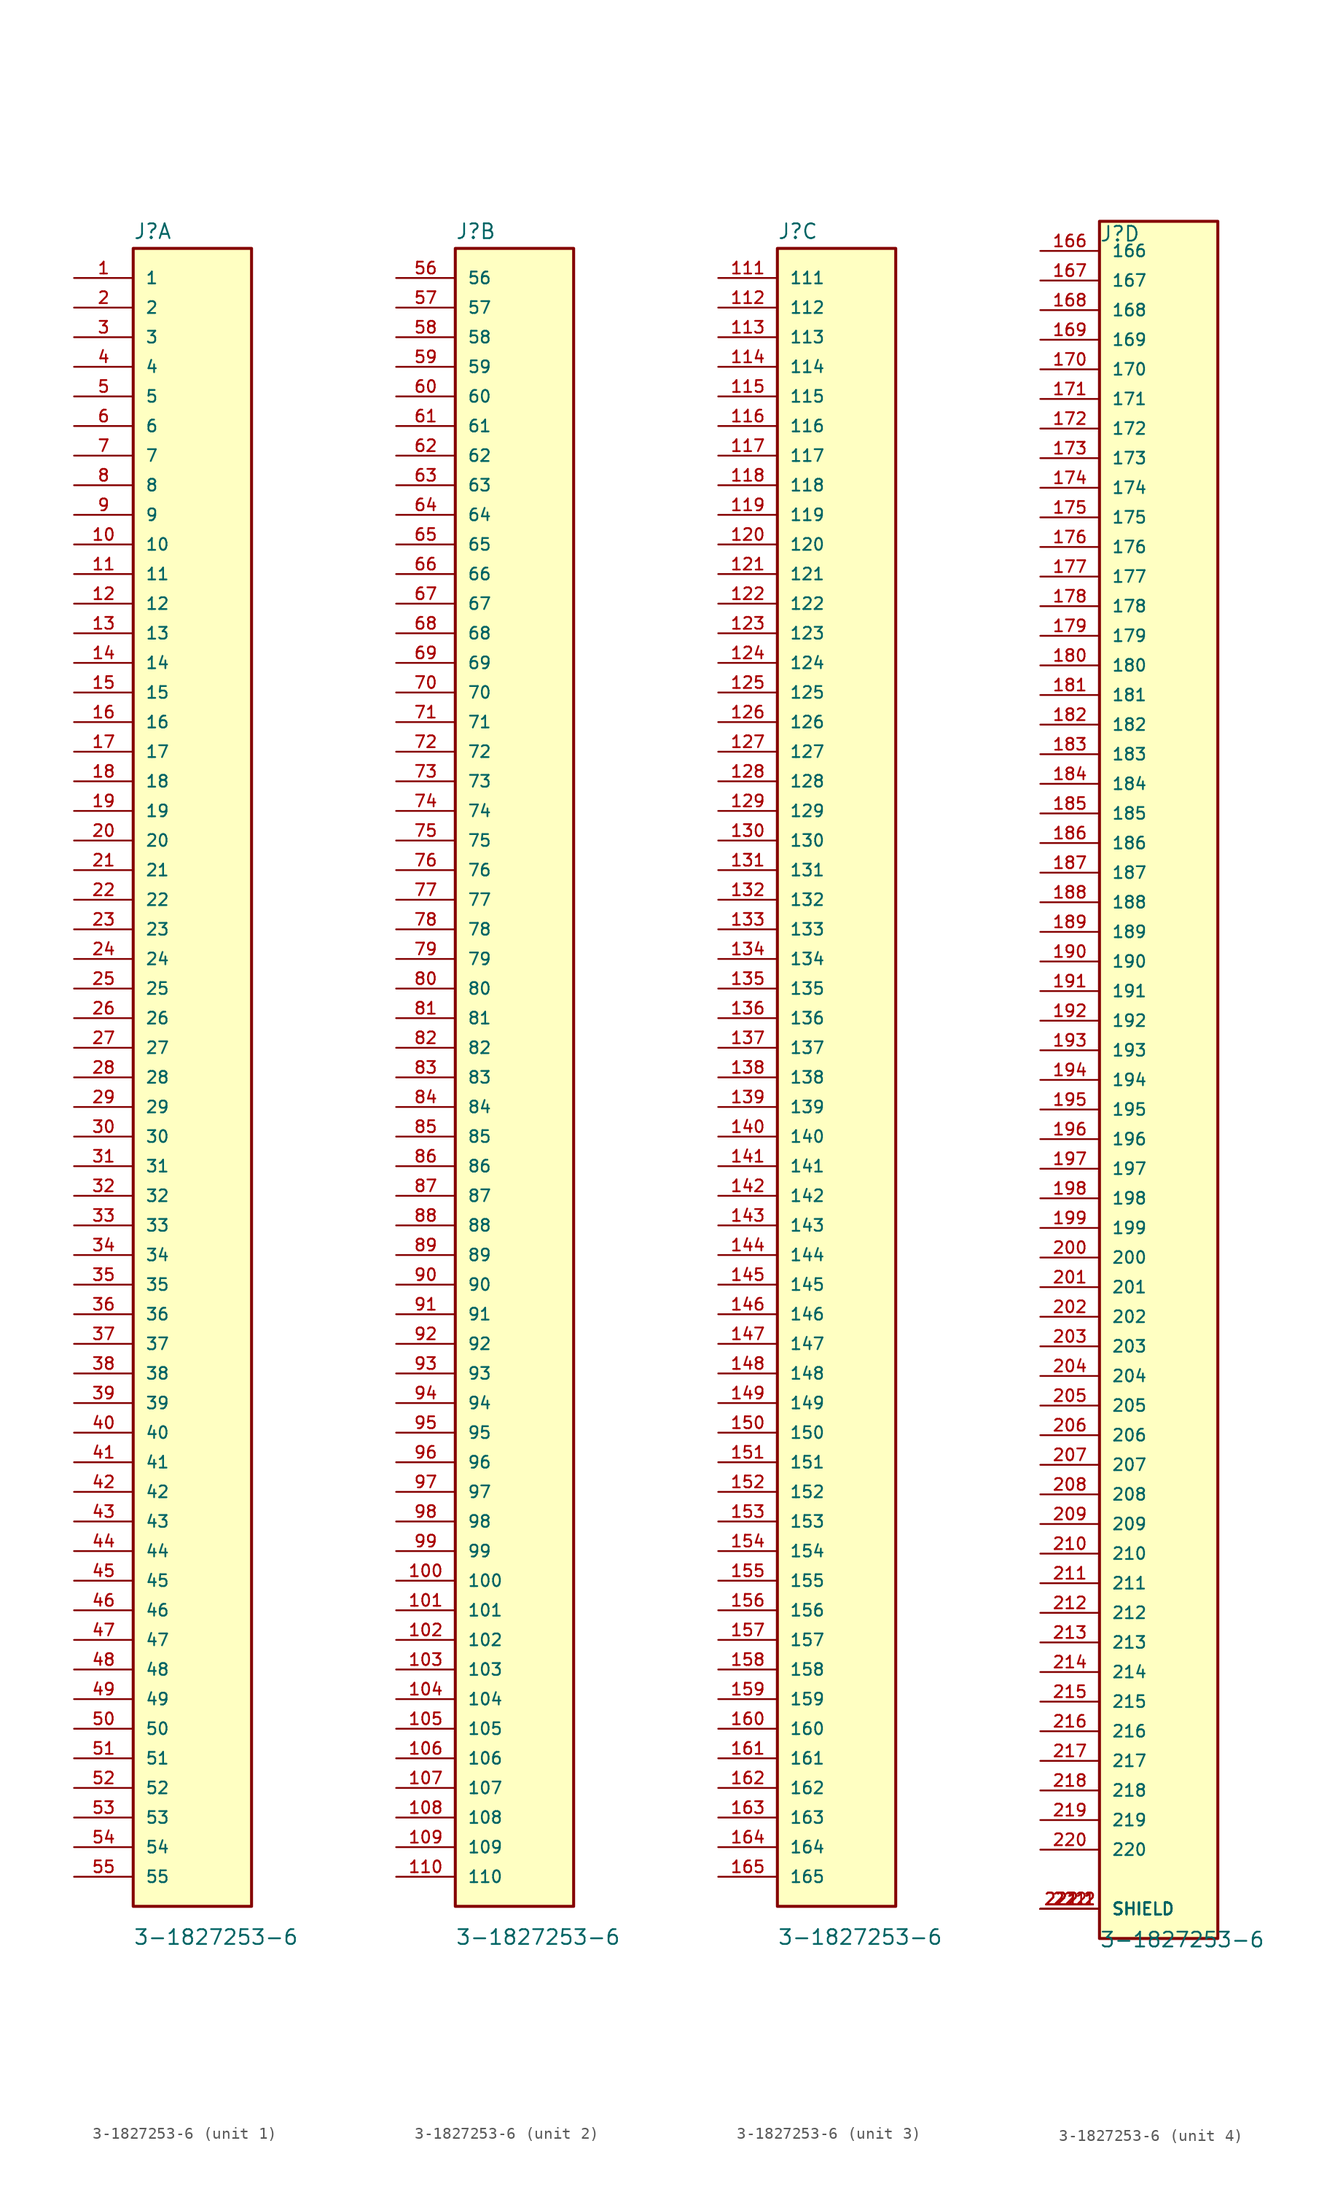
<source format=kicad_sym>
(kicad_symbol_lib
  (version 20211014)
  (generator kicad_symbol_editor)
  (symbol "3-1827253-6"
    (pin_names
      (offset 1.016))
    (property "Reference" "J"
      (at -5.086 71.837 0)
      (effects (font (size 1.27 1.27)) (justify bottom left)))
    (property "Value" "3-1827253-6"
      (at -5.087 -73.764 0.0)
      (effects (font (size 1.27 1.27)) (justify left)))
    (symbol "3-1827253-6_1_0"
      (rectangle (start -5.08 -71.12) (end 5.08 71.12) (stroke (width 0.254)) (fill (type background)))
      (pin passive line (at -10.16 68.58 0) (length 5.08) (name "1" (effects (font (size 1.016 1.016)))) (number "1" (effects (font (size 1.016 1.016)))))
      (pin passive line (at -10.16 66.04 0) (length 5.08) (name "2" (effects (font (size 1.016 1.016)))) (number "2" (effects (font (size 1.016 1.016)))))
      (pin passive line (at -10.16 63.5 0) (length 5.08) (name "3" (effects (font (size 1.016 1.016)))) (number "3" (effects (font (size 1.016 1.016)))))
      (pin passive line (at -10.16 60.96 0) (length 5.08) (name "4" (effects (font (size 1.016 1.016)))) (number "4" (effects (font (size 1.016 1.016)))))
      (pin passive line (at -10.16 58.42 0) (length 5.08) (name "5" (effects (font (size 1.016 1.016)))) (number "5" (effects (font (size 1.016 1.016)))))
      (pin passive line (at -10.16 55.88 0) (length 5.08) (name "6" (effects (font (size 1.016 1.016)))) (number "6" (effects (font (size 1.016 1.016)))))
      (pin passive line (at -10.16 53.34 0) (length 5.08) (name "7" (effects (font (size 1.016 1.016)))) (number "7" (effects (font (size 1.016 1.016)))))
      (pin passive line (at -10.16 50.8 0) (length 5.08) (name "8" (effects (font (size 1.016 1.016)))) (number "8" (effects (font (size 1.016 1.016)))))
      (pin passive line (at -10.16 48.26 0) (length 5.08) (name "9" (effects (font (size 1.016 1.016)))) (number "9" (effects (font (size 1.016 1.016)))))
      (pin passive line (at -10.16 45.72 0) (length 5.08) (name "10" (effects (font (size 1.016 1.016)))) (number "10" (effects (font (size 1.016 1.016)))))
      (pin passive line (at -10.16 43.18 0) (length 5.08) (name "11" (effects (font (size 1.016 1.016)))) (number "11" (effects (font (size 1.016 1.016)))))
      (pin passive line (at -10.16 40.64 0) (length 5.08) (name "12" (effects (font (size 1.016 1.016)))) (number "12" (effects (font (size 1.016 1.016)))))
      (pin passive line (at -10.16 38.1 0) (length 5.08) (name "13" (effects (font (size 1.016 1.016)))) (number "13" (effects (font (size 1.016 1.016)))))
      (pin passive line (at -10.16 35.56 0) (length 5.08) (name "14" (effects (font (size 1.016 1.016)))) (number "14" (effects (font (size 1.016 1.016)))))
      (pin passive line (at -10.16 33.02 0) (length 5.08) (name "15" (effects (font (size 1.016 1.016)))) (number "15" (effects (font (size 1.016 1.016)))))
      (pin passive line (at -10.16 30.48 0) (length 5.08) (name "16" (effects (font (size 1.016 1.016)))) (number "16" (effects (font (size 1.016 1.016)))))
      (pin passive line (at -10.16 27.94 0) (length 5.08) (name "17" (effects (font (size 1.016 1.016)))) (number "17" (effects (font (size 1.016 1.016)))))
      (pin passive line (at -10.16 25.4 0) (length 5.08) (name "18" (effects (font (size 1.016 1.016)))) (number "18" (effects (font (size 1.016 1.016)))))
      (pin passive line (at -10.16 22.86 0) (length 5.08) (name "19" (effects (font (size 1.016 1.016)))) (number "19" (effects (font (size 1.016 1.016)))))
      (pin passive line (at -10.16 20.32 0) (length 5.08) (name "20" (effects (font (size 1.016 1.016)))) (number "20" (effects (font (size 1.016 1.016)))))
      (pin passive line (at -10.16 17.78 0) (length 5.08) (name "21" (effects (font (size 1.016 1.016)))) (number "21" (effects (font (size 1.016 1.016)))))
      (pin passive line (at -10.16 15.24 0) (length 5.08) (name "22" (effects (font (size 1.016 1.016)))) (number "22" (effects (font (size 1.016 1.016)))))
      (pin passive line (at -10.16 12.7 0) (length 5.08) (name "23" (effects (font (size 1.016 1.016)))) (number "23" (effects (font (size 1.016 1.016)))))
      (pin passive line (at -10.16 10.16 0) (length 5.08) (name "24" (effects (font (size 1.016 1.016)))) (number "24" (effects (font (size 1.016 1.016)))))
      (pin passive line (at -10.16 7.62 0) (length 5.08) (name "25" (effects (font (size 1.016 1.016)))) (number "25" (effects (font (size 1.016 1.016)))))
      (pin passive line (at -10.16 5.08 0) (length 5.08) (name "26" (effects (font (size 1.016 1.016)))) (number "26" (effects (font (size 1.016 1.016)))))
      (pin passive line (at -10.16 2.54 0) (length 5.08) (name "27" (effects (font (size 1.016 1.016)))) (number "27" (effects (font (size 1.016 1.016)))))
      (pin passive line (at -10.16 0.0 0) (length 5.08) (name "28" (effects (font (size 1.016 1.016)))) (number "28" (effects (font (size 1.016 1.016)))))
      (pin passive line (at -10.16 -2.54 0) (length 5.08) (name "29" (effects (font (size 1.016 1.016)))) (number "29" (effects (font (size 1.016 1.016)))))
      (pin passive line (at -10.16 -5.08 0) (length 5.08) (name "30" (effects (font (size 1.016 1.016)))) (number "30" (effects (font (size 1.016 1.016)))))
      (pin passive line (at -10.16 -7.62 0) (length 5.08) (name "31" (effects (font (size 1.016 1.016)))) (number "31" (effects (font (size 1.016 1.016)))))
      (pin passive line (at -10.16 -10.16 0) (length 5.08) (name "32" (effects (font (size 1.016 1.016)))) (number "32" (effects (font (size 1.016 1.016)))))
      (pin passive line (at -10.16 -12.7 0) (length 5.08) (name "33" (effects (font (size 1.016 1.016)))) (number "33" (effects (font (size 1.016 1.016)))))
      (pin passive line (at -10.16 -15.24 0) (length 5.08) (name "34" (effects (font (size 1.016 1.016)))) (number "34" (effects (font (size 1.016 1.016)))))
      (pin passive line (at -10.16 -17.78 0) (length 5.08) (name "35" (effects (font (size 1.016 1.016)))) (number "35" (effects (font (size 1.016 1.016)))))
      (pin passive line (at -10.16 -20.32 0) (length 5.08) (name "36" (effects (font (size 1.016 1.016)))) (number "36" (effects (font (size 1.016 1.016)))))
      (pin passive line (at -10.16 -22.86 0) (length 5.08) (name "37" (effects (font (size 1.016 1.016)))) (number "37" (effects (font (size 1.016 1.016)))))
      (pin passive line (at -10.16 -25.4 0) (length 5.08) (name "38" (effects (font (size 1.016 1.016)))) (number "38" (effects (font (size 1.016 1.016)))))
      (pin passive line (at -10.16 -27.94 0) (length 5.08) (name "39" (effects (font (size 1.016 1.016)))) (number "39" (effects (font (size 1.016 1.016)))))
      (pin passive line (at -10.16 -30.48 0) (length 5.08) (name "40" (effects (font (size 1.016 1.016)))) (number "40" (effects (font (size 1.016 1.016)))))
      (pin passive line (at -10.16 -33.02 0) (length 5.08) (name "41" (effects (font (size 1.016 1.016)))) (number "41" (effects (font (size 1.016 1.016)))))
      (pin passive line (at -10.16 -35.56 0) (length 5.08) (name "42" (effects (font (size 1.016 1.016)))) (number "42" (effects (font (size 1.016 1.016)))))
      (pin passive line (at -10.16 -38.1 0) (length 5.08) (name "43" (effects (font (size 1.016 1.016)))) (number "43" (effects (font (size 1.016 1.016)))))
      (pin passive line (at -10.16 -40.64 0) (length 5.08) (name "44" (effects (font (size 1.016 1.016)))) (number "44" (effects (font (size 1.016 1.016)))))
      (pin passive line (at -10.16 -43.18 0) (length 5.08) (name "45" (effects (font (size 1.016 1.016)))) (number "45" (effects (font (size 1.016 1.016)))))
      (pin passive line (at -10.16 -45.72 0) (length 5.08) (name "46" (effects (font (size 1.016 1.016)))) (number "46" (effects (font (size 1.016 1.016)))))
      (pin passive line (at -10.16 -48.26 0) (length 5.08) (name "47" (effects (font (size 1.016 1.016)))) (number "47" (effects (font (size 1.016 1.016)))))
      (pin passive line (at -10.16 -50.8 0) (length 5.08) (name "48" (effects (font (size 1.016 1.016)))) (number "48" (effects (font (size 1.016 1.016)))))
      (pin passive line (at -10.16 -53.34 0) (length 5.08) (name "49" (effects (font (size 1.016 1.016)))) (number "49" (effects (font (size 1.016 1.016)))))
      (pin passive line (at -10.16 -55.88 0) (length 5.08) (name "50" (effects (font (size 1.016 1.016)))) (number "50" (effects (font (size 1.016 1.016)))))
      (pin passive line (at -10.16 -58.42 0) (length 5.08) (name "51" (effects (font (size 1.016 1.016)))) (number "51" (effects (font (size 1.016 1.016)))))
      (pin passive line (at -10.16 -60.96 0) (length 5.08) (name "52" (effects (font (size 1.016 1.016)))) (number "52" (effects (font (size 1.016 1.016)))))
      (pin passive line (at -10.16 -63.5 0) (length 5.08) (name "53" (effects (font (size 1.016 1.016)))) (number "53" (effects (font (size 1.016 1.016)))))
      (pin passive line (at -10.16 -66.04 0) (length 5.08) (name "54" (effects (font (size 1.016 1.016)))) (number "54" (effects (font (size 1.016 1.016)))))
      (pin passive line (at -10.16 -68.58 0) (length 5.08) (name "55" (effects (font (size 1.016 1.016)))) (number "55" (effects (font (size 1.016 1.016))))))
    (symbol "3-1827253-6_2_0"
      (rectangle (start -5.08 -71.12) (end 5.08 71.12) (stroke (width 0.254)) (fill (type background)))
      (pin passive line (at -10.16 68.58 0) (length 5.08) (name "56" (effects (font (size 1.016 1.016)))) (number "56" (effects (font (size 1.016 1.016)))))
      (pin passive line (at -10.16 66.04 0) (length 5.08) (name "57" (effects (font (size 1.016 1.016)))) (number "57" (effects (font (size 1.016 1.016)))))
      (pin passive line (at -10.16 63.5 0) (length 5.08) (name "58" (effects (font (size 1.016 1.016)))) (number "58" (effects (font (size 1.016 1.016)))))
      (pin passive line (at -10.16 60.96 0) (length 5.08) (name "59" (effects (font (size 1.016 1.016)))) (number "59" (effects (font (size 1.016 1.016)))))
      (pin passive line (at -10.16 58.42 0) (length 5.08) (name "60" (effects (font (size 1.016 1.016)))) (number "60" (effects (font (size 1.016 1.016)))))
      (pin passive line (at -10.16 55.88 0) (length 5.08) (name "61" (effects (font (size 1.016 1.016)))) (number "61" (effects (font (size 1.016 1.016)))))
      (pin passive line (at -10.16 53.34 0) (length 5.08) (name "62" (effects (font (size 1.016 1.016)))) (number "62" (effects (font (size 1.016 1.016)))))
      (pin passive line (at -10.16 50.8 0) (length 5.08) (name "63" (effects (font (size 1.016 1.016)))) (number "63" (effects (font (size 1.016 1.016)))))
      (pin passive line (at -10.16 48.26 0) (length 5.08) (name "64" (effects (font (size 1.016 1.016)))) (number "64" (effects (font (size 1.016 1.016)))))
      (pin passive line (at -10.16 45.72 0) (length 5.08) (name "65" (effects (font (size 1.016 1.016)))) (number "65" (effects (font (size 1.016 1.016)))))
      (pin passive line (at -10.16 43.18 0) (length 5.08) (name "66" (effects (font (size 1.016 1.016)))) (number "66" (effects (font (size 1.016 1.016)))))
      (pin passive line (at -10.16 40.64 0) (length 5.08) (name "67" (effects (font (size 1.016 1.016)))) (number "67" (effects (font (size 1.016 1.016)))))
      (pin passive line (at -10.16 38.1 0) (length 5.08) (name "68" (effects (font (size 1.016 1.016)))) (number "68" (effects (font (size 1.016 1.016)))))
      (pin passive line (at -10.16 35.56 0) (length 5.08) (name "69" (effects (font (size 1.016 1.016)))) (number "69" (effects (font (size 1.016 1.016)))))
      (pin passive line (at -10.16 33.02 0) (length 5.08) (name "70" (effects (font (size 1.016 1.016)))) (number "70" (effects (font (size 1.016 1.016)))))
      (pin passive line (at -10.16 30.48 0) (length 5.08) (name "71" (effects (font (size 1.016 1.016)))) (number "71" (effects (font (size 1.016 1.016)))))
      (pin passive line (at -10.16 27.94 0) (length 5.08) (name "72" (effects (font (size 1.016 1.016)))) (number "72" (effects (font (size 1.016 1.016)))))
      (pin passive line (at -10.16 25.4 0) (length 5.08) (name "73" (effects (font (size 1.016 1.016)))) (number "73" (effects (font (size 1.016 1.016)))))
      (pin passive line (at -10.16 22.86 0) (length 5.08) (name "74" (effects (font (size 1.016 1.016)))) (number "74" (effects (font (size 1.016 1.016)))))
      (pin passive line (at -10.16 20.32 0) (length 5.08) (name "75" (effects (font (size 1.016 1.016)))) (number "75" (effects (font (size 1.016 1.016)))))
      (pin passive line (at -10.16 17.78 0) (length 5.08) (name "76" (effects (font (size 1.016 1.016)))) (number "76" (effects (font (size 1.016 1.016)))))
      (pin passive line (at -10.16 15.24 0) (length 5.08) (name "77" (effects (font (size 1.016 1.016)))) (number "77" (effects (font (size 1.016 1.016)))))
      (pin passive line (at -10.16 12.7 0) (length 5.08) (name "78" (effects (font (size 1.016 1.016)))) (number "78" (effects (font (size 1.016 1.016)))))
      (pin passive line (at -10.16 10.16 0) (length 5.08) (name "79" (effects (font (size 1.016 1.016)))) (number "79" (effects (font (size 1.016 1.016)))))
      (pin passive line (at -10.16 7.62 0) (length 5.08) (name "80" (effects (font (size 1.016 1.016)))) (number "80" (effects (font (size 1.016 1.016)))))
      (pin passive line (at -10.16 5.08 0) (length 5.08) (name "81" (effects (font (size 1.016 1.016)))) (number "81" (effects (font (size 1.016 1.016)))))
      (pin passive line (at -10.16 2.54 0) (length 5.08) (name "82" (effects (font (size 1.016 1.016)))) (number "82" (effects (font (size 1.016 1.016)))))
      (pin passive line (at -10.16 0.0 0) (length 5.08) (name "83" (effects (font (size 1.016 1.016)))) (number "83" (effects (font (size 1.016 1.016)))))
      (pin passive line (at -10.16 -2.54 0) (length 5.08) (name "84" (effects (font (size 1.016 1.016)))) (number "84" (effects (font (size 1.016 1.016)))))
      (pin passive line (at -10.16 -5.08 0) (length 5.08) (name "85" (effects (font (size 1.016 1.016)))) (number "85" (effects (font (size 1.016 1.016)))))
      (pin passive line (at -10.16 -7.62 0) (length 5.08) (name "86" (effects (font (size 1.016 1.016)))) (number "86" (effects (font (size 1.016 1.016)))))
      (pin passive line (at -10.16 -10.16 0) (length 5.08) (name "87" (effects (font (size 1.016 1.016)))) (number "87" (effects (font (size 1.016 1.016)))))
      (pin passive line (at -10.16 -12.7 0) (length 5.08) (name "88" (effects (font (size 1.016 1.016)))) (number "88" (effects (font (size 1.016 1.016)))))
      (pin passive line (at -10.16 -15.24 0) (length 5.08) (name "89" (effects (font (size 1.016 1.016)))) (number "89" (effects (font (size 1.016 1.016)))))
      (pin passive line (at -10.16 -17.78 0) (length 5.08) (name "90" (effects (font (size 1.016 1.016)))) (number "90" (effects (font (size 1.016 1.016)))))
      (pin passive line (at -10.16 -20.32 0) (length 5.08) (name "91" (effects (font (size 1.016 1.016)))) (number "91" (effects (font (size 1.016 1.016)))))
      (pin passive line (at -10.16 -22.86 0) (length 5.08) (name "92" (effects (font (size 1.016 1.016)))) (number "92" (effects (font (size 1.016 1.016)))))
      (pin passive line (at -10.16 -25.4 0) (length 5.08) (name "93" (effects (font (size 1.016 1.016)))) (number "93" (effects (font (size 1.016 1.016)))))
      (pin passive line (at -10.16 -27.94 0) (length 5.08) (name "94" (effects (font (size 1.016 1.016)))) (number "94" (effects (font (size 1.016 1.016)))))
      (pin passive line (at -10.16 -30.48 0) (length 5.08) (name "95" (effects (font (size 1.016 1.016)))) (number "95" (effects (font (size 1.016 1.016)))))
      (pin passive line (at -10.16 -33.02 0) (length 5.08) (name "96" (effects (font (size 1.016 1.016)))) (number "96" (effects (font (size 1.016 1.016)))))
      (pin passive line (at -10.16 -35.56 0) (length 5.08) (name "97" (effects (font (size 1.016 1.016)))) (number "97" (effects (font (size 1.016 1.016)))))
      (pin passive line (at -10.16 -38.1 0) (length 5.08) (name "98" (effects (font (size 1.016 1.016)))) (number "98" (effects (font (size 1.016 1.016)))))
      (pin passive line (at -10.16 -40.64 0) (length 5.08) (name "99" (effects (font (size 1.016 1.016)))) (number "99" (effects (font (size 1.016 1.016)))))
      (pin passive line (at -10.16 -43.18 0) (length 5.08) (name "100" (effects (font (size 1.016 1.016)))) (number "100" (effects (font (size 1.016 1.016)))))
      (pin passive line (at -10.16 -45.72 0) (length 5.08) (name "101" (effects (font (size 1.016 1.016)))) (number "101" (effects (font (size 1.016 1.016)))))
      (pin passive line (at -10.16 -48.26 0) (length 5.08) (name "102" (effects (font (size 1.016 1.016)))) (number "102" (effects (font (size 1.016 1.016)))))
      (pin passive line (at -10.16 -50.8 0) (length 5.08) (name "103" (effects (font (size 1.016 1.016)))) (number "103" (effects (font (size 1.016 1.016)))))
      (pin passive line (at -10.16 -53.34 0) (length 5.08) (name "104" (effects (font (size 1.016 1.016)))) (number "104" (effects (font (size 1.016 1.016)))))
      (pin passive line (at -10.16 -55.88 0) (length 5.08) (name "105" (effects (font (size 1.016 1.016)))) (number "105" (effects (font (size 1.016 1.016)))))
      (pin passive line (at -10.16 -58.42 0) (length 5.08) (name "106" (effects (font (size 1.016 1.016)))) (number "106" (effects (font (size 1.016 1.016)))))
      (pin passive line (at -10.16 -60.96 0) (length 5.08) (name "107" (effects (font (size 1.016 1.016)))) (number "107" (effects (font (size 1.016 1.016)))))
      (pin passive line (at -10.16 -63.5 0) (length 5.08) (name "108" (effects (font (size 1.016 1.016)))) (number "108" (effects (font (size 1.016 1.016)))))
      (pin passive line (at -10.16 -66.04 0) (length 5.08) (name "109" (effects (font (size 1.016 1.016)))) (number "109" (effects (font (size 1.016 1.016)))))
      (pin passive line (at -10.16 -68.58 0) (length 5.08) (name "110" (effects (font (size 1.016 1.016)))) (number "110" (effects (font (size 1.016 1.016))))))
    (symbol "3-1827253-6_3_0"
      (rectangle (start -5.08 -71.12) (end 5.08 71.12) (stroke (width 0.254)) (fill (type background)))
      (pin passive line (at -10.16 68.58 0) (length 5.08) (name "111" (effects (font (size 1.016 1.016)))) (number "111" (effects (font (size 1.016 1.016)))))
      (pin passive line (at -10.16 66.04 0) (length 5.08) (name "112" (effects (font (size 1.016 1.016)))) (number "112" (effects (font (size 1.016 1.016)))))
      (pin passive line (at -10.16 63.5 0) (length 5.08) (name "113" (effects (font (size 1.016 1.016)))) (number "113" (effects (font (size 1.016 1.016)))))
      (pin passive line (at -10.16 60.96 0) (length 5.08) (name "114" (effects (font (size 1.016 1.016)))) (number "114" (effects (font (size 1.016 1.016)))))
      (pin passive line (at -10.16 58.42 0) (length 5.08) (name "115" (effects (font (size 1.016 1.016)))) (number "115" (effects (font (size 1.016 1.016)))))
      (pin passive line (at -10.16 55.88 0) (length 5.08) (name "116" (effects (font (size 1.016 1.016)))) (number "116" (effects (font (size 1.016 1.016)))))
      (pin passive line (at -10.16 53.34 0) (length 5.08) (name "117" (effects (font (size 1.016 1.016)))) (number "117" (effects (font (size 1.016 1.016)))))
      (pin passive line (at -10.16 50.8 0) (length 5.08) (name "118" (effects (font (size 1.016 1.016)))) (number "118" (effects (font (size 1.016 1.016)))))
      (pin passive line (at -10.16 48.26 0) (length 5.08) (name "119" (effects (font (size 1.016 1.016)))) (number "119" (effects (font (size 1.016 1.016)))))
      (pin passive line (at -10.16 45.72 0) (length 5.08) (name "120" (effects (font (size 1.016 1.016)))) (number "120" (effects (font (size 1.016 1.016)))))
      (pin passive line (at -10.16 43.18 0) (length 5.08) (name "121" (effects (font (size 1.016 1.016)))) (number "121" (effects (font (size 1.016 1.016)))))
      (pin passive line (at -10.16 40.64 0) (length 5.08) (name "122" (effects (font (size 1.016 1.016)))) (number "122" (effects (font (size 1.016 1.016)))))
      (pin passive line (at -10.16 38.1 0) (length 5.08) (name "123" (effects (font (size 1.016 1.016)))) (number "123" (effects (font (size 1.016 1.016)))))
      (pin passive line (at -10.16 35.56 0) (length 5.08) (name "124" (effects (font (size 1.016 1.016)))) (number "124" (effects (font (size 1.016 1.016)))))
      (pin passive line (at -10.16 33.02 0) (length 5.08) (name "125" (effects (font (size 1.016 1.016)))) (number "125" (effects (font (size 1.016 1.016)))))
      (pin passive line (at -10.16 30.48 0) (length 5.08) (name "126" (effects (font (size 1.016 1.016)))) (number "126" (effects (font (size 1.016 1.016)))))
      (pin passive line (at -10.16 27.94 0) (length 5.08) (name "127" (effects (font (size 1.016 1.016)))) (number "127" (effects (font (size 1.016 1.016)))))
      (pin passive line (at -10.16 25.4 0) (length 5.08) (name "128" (effects (font (size 1.016 1.016)))) (number "128" (effects (font (size 1.016 1.016)))))
      (pin passive line (at -10.16 22.86 0) (length 5.08) (name "129" (effects (font (size 1.016 1.016)))) (number "129" (effects (font (size 1.016 1.016)))))
      (pin passive line (at -10.16 20.32 0) (length 5.08) (name "130" (effects (font (size 1.016 1.016)))) (number "130" (effects (font (size 1.016 1.016)))))
      (pin passive line (at -10.16 17.78 0) (length 5.08) (name "131" (effects (font (size 1.016 1.016)))) (number "131" (effects (font (size 1.016 1.016)))))
      (pin passive line (at -10.16 15.24 0) (length 5.08) (name "132" (effects (font (size 1.016 1.016)))) (number "132" (effects (font (size 1.016 1.016)))))
      (pin passive line (at -10.16 12.7 0) (length 5.08) (name "133" (effects (font (size 1.016 1.016)))) (number "133" (effects (font (size 1.016 1.016)))))
      (pin passive line (at -10.16 10.16 0) (length 5.08) (name "134" (effects (font (size 1.016 1.016)))) (number "134" (effects (font (size 1.016 1.016)))))
      (pin passive line (at -10.16 7.62 0) (length 5.08) (name "135" (effects (font (size 1.016 1.016)))) (number "135" (effects (font (size 1.016 1.016)))))
      (pin passive line (at -10.16 5.08 0) (length 5.08) (name "136" (effects (font (size 1.016 1.016)))) (number "136" (effects (font (size 1.016 1.016)))))
      (pin passive line (at -10.16 2.54 0) (length 5.08) (name "137" (effects (font (size 1.016 1.016)))) (number "137" (effects (font (size 1.016 1.016)))))
      (pin passive line (at -10.16 0.0 0) (length 5.08) (name "138" (effects (font (size 1.016 1.016)))) (number "138" (effects (font (size 1.016 1.016)))))
      (pin passive line (at -10.16 -2.54 0) (length 5.08) (name "139" (effects (font (size 1.016 1.016)))) (number "139" (effects (font (size 1.016 1.016)))))
      (pin passive line (at -10.16 -5.08 0) (length 5.08) (name "140" (effects (font (size 1.016 1.016)))) (number "140" (effects (font (size 1.016 1.016)))))
      (pin passive line (at -10.16 -7.62 0) (length 5.08) (name "141" (effects (font (size 1.016 1.016)))) (number "141" (effects (font (size 1.016 1.016)))))
      (pin passive line (at -10.16 -10.16 0) (length 5.08) (name "142" (effects (font (size 1.016 1.016)))) (number "142" (effects (font (size 1.016 1.016)))))
      (pin passive line (at -10.16 -12.7 0) (length 5.08) (name "143" (effects (font (size 1.016 1.016)))) (number "143" (effects (font (size 1.016 1.016)))))
      (pin passive line (at -10.16 -15.24 0) (length 5.08) (name "144" (effects (font (size 1.016 1.016)))) (number "144" (effects (font (size 1.016 1.016)))))
      (pin passive line (at -10.16 -17.78 0) (length 5.08) (name "145" (effects (font (size 1.016 1.016)))) (number "145" (effects (font (size 1.016 1.016)))))
      (pin passive line (at -10.16 -20.32 0) (length 5.08) (name "146" (effects (font (size 1.016 1.016)))) (number "146" (effects (font (size 1.016 1.016)))))
      (pin passive line (at -10.16 -22.86 0) (length 5.08) (name "147" (effects (font (size 1.016 1.016)))) (number "147" (effects (font (size 1.016 1.016)))))
      (pin passive line (at -10.16 -25.4 0) (length 5.08) (name "148" (effects (font (size 1.016 1.016)))) (number "148" (effects (font (size 1.016 1.016)))))
      (pin passive line (at -10.16 -27.94 0) (length 5.08) (name "149" (effects (font (size 1.016 1.016)))) (number "149" (effects (font (size 1.016 1.016)))))
      (pin passive line (at -10.16 -30.48 0) (length 5.08) (name "150" (effects (font (size 1.016 1.016)))) (number "150" (effects (font (size 1.016 1.016)))))
      (pin passive line (at -10.16 -33.02 0) (length 5.08) (name "151" (effects (font (size 1.016 1.016)))) (number "151" (effects (font (size 1.016 1.016)))))
      (pin passive line (at -10.16 -35.56 0) (length 5.08) (name "152" (effects (font (size 1.016 1.016)))) (number "152" (effects (font (size 1.016 1.016)))))
      (pin passive line (at -10.16 -38.1 0) (length 5.08) (name "153" (effects (font (size 1.016 1.016)))) (number "153" (effects (font (size 1.016 1.016)))))
      (pin passive line (at -10.16 -40.64 0) (length 5.08) (name "154" (effects (font (size 1.016 1.016)))) (number "154" (effects (font (size 1.016 1.016)))))
      (pin passive line (at -10.16 -43.18 0) (length 5.08) (name "155" (effects (font (size 1.016 1.016)))) (number "155" (effects (font (size 1.016 1.016)))))
      (pin passive line (at -10.16 -45.72 0) (length 5.08) (name "156" (effects (font (size 1.016 1.016)))) (number "156" (effects (font (size 1.016 1.016)))))
      (pin passive line (at -10.16 -48.26 0) (length 5.08) (name "157" (effects (font (size 1.016 1.016)))) (number "157" (effects (font (size 1.016 1.016)))))
      (pin passive line (at -10.16 -50.8 0) (length 5.08) (name "158" (effects (font (size 1.016 1.016)))) (number "158" (effects (font (size 1.016 1.016)))))
      (pin passive line (at -10.16 -53.34 0) (length 5.08) (name "159" (effects (font (size 1.016 1.016)))) (number "159" (effects (font (size 1.016 1.016)))))
      (pin passive line (at -10.16 -55.88 0) (length 5.08) (name "160" (effects (font (size 1.016 1.016)))) (number "160" (effects (font (size 1.016 1.016)))))
      (pin passive line (at -10.16 -58.42 0) (length 5.08) (name "161" (effects (font (size 1.016 1.016)))) (number "161" (effects (font (size 1.016 1.016)))))
      (pin passive line (at -10.16 -60.96 0) (length 5.08) (name "162" (effects (font (size 1.016 1.016)))) (number "162" (effects (font (size 1.016 1.016)))))
      (pin passive line (at -10.16 -63.5 0) (length 5.08) (name "163" (effects (font (size 1.016 1.016)))) (number "163" (effects (font (size 1.016 1.016)))))
      (pin passive line (at -10.16 -66.04 0) (length 5.08) (name "164" (effects (font (size 1.016 1.016)))) (number "164" (effects (font (size 1.016 1.016)))))
      (pin passive line (at -10.16 -68.58 0) (length 5.08) (name "165" (effects (font (size 1.016 1.016)))) (number "165" (effects (font (size 1.016 1.016))))))
    (symbol "3-1827253-6_4_0"
      (rectangle (start -5.08 -73.66) (end 5.08 73.66) (stroke (width 0.254)) (fill (type background)))
      (pin passive line (at -10.16 71.12 0) (length 5.08) (name "166" (effects (font (size 1.016 1.016)))) (number "166" (effects (font (size 1.016 1.016)))))
      (pin passive line (at -10.16 68.58 0) (length 5.08) (name "167" (effects (font (size 1.016 1.016)))) (number "167" (effects (font (size 1.016 1.016)))))
      (pin passive line (at -10.16 66.04 0) (length 5.08) (name "168" (effects (font (size 1.016 1.016)))) (number "168" (effects (font (size 1.016 1.016)))))
      (pin passive line (at -10.16 63.5 0) (length 5.08) (name "169" (effects (font (size 1.016 1.016)))) (number "169" (effects (font (size 1.016 1.016)))))
      (pin passive line (at -10.16 60.96 0) (length 5.08) (name "170" (effects (font (size 1.016 1.016)))) (number "170" (effects (font (size 1.016 1.016)))))
      (pin passive line (at -10.16 58.42 0) (length 5.08) (name "171" (effects (font (size 1.016 1.016)))) (number "171" (effects (font (size 1.016 1.016)))))
      (pin passive line (at -10.16 55.88 0) (length 5.08) (name "172" (effects (font (size 1.016 1.016)))) (number "172" (effects (font (size 1.016 1.016)))))
      (pin passive line (at -10.16 53.34 0) (length 5.08) (name "173" (effects (font (size 1.016 1.016)))) (number "173" (effects (font (size 1.016 1.016)))))
      (pin passive line (at -10.16 50.8 0) (length 5.08) (name "174" (effects (font (size 1.016 1.016)))) (number "174" (effects (font (size 1.016 1.016)))))
      (pin passive line (at -10.16 48.26 0) (length 5.08) (name "175" (effects (font (size 1.016 1.016)))) (number "175" (effects (font (size 1.016 1.016)))))
      (pin passive line (at -10.16 45.72 0) (length 5.08) (name "176" (effects (font (size 1.016 1.016)))) (number "176" (effects (font (size 1.016 1.016)))))
      (pin passive line (at -10.16 43.18 0) (length 5.08) (name "177" (effects (font (size 1.016 1.016)))) (number "177" (effects (font (size 1.016 1.016)))))
      (pin passive line (at -10.16 40.64 0) (length 5.08) (name "178" (effects (font (size 1.016 1.016)))) (number "178" (effects (font (size 1.016 1.016)))))
      (pin passive line (at -10.16 38.1 0) (length 5.08) (name "179" (effects (font (size 1.016 1.016)))) (number "179" (effects (font (size 1.016 1.016)))))
      (pin passive line (at -10.16 35.56 0) (length 5.08) (name "180" (effects (font (size 1.016 1.016)))) (number "180" (effects (font (size 1.016 1.016)))))
      (pin passive line (at -10.16 33.02 0) (length 5.08) (name "181" (effects (font (size 1.016 1.016)))) (number "181" (effects (font (size 1.016 1.016)))))
      (pin passive line (at -10.16 30.48 0) (length 5.08) (name "182" (effects (font (size 1.016 1.016)))) (number "182" (effects (font (size 1.016 1.016)))))
      (pin passive line (at -10.16 27.94 0) (length 5.08) (name "183" (effects (font (size 1.016 1.016)))) (number "183" (effects (font (size 1.016 1.016)))))
      (pin passive line (at -10.16 25.4 0) (length 5.08) (name "184" (effects (font (size 1.016 1.016)))) (number "184" (effects (font (size 1.016 1.016)))))
      (pin passive line (at -10.16 22.86 0) (length 5.08) (name "185" (effects (font (size 1.016 1.016)))) (number "185" (effects (font (size 1.016 1.016)))))
      (pin passive line (at -10.16 20.32 0) (length 5.08) (name "186" (effects (font (size 1.016 1.016)))) (number "186" (effects (font (size 1.016 1.016)))))
      (pin passive line (at -10.16 17.78 0) (length 5.08) (name "187" (effects (font (size 1.016 1.016)))) (number "187" (effects (font (size 1.016 1.016)))))
      (pin passive line (at -10.16 15.24 0) (length 5.08) (name "188" (effects (font (size 1.016 1.016)))) (number "188" (effects (font (size 1.016 1.016)))))
      (pin passive line (at -10.16 12.7 0) (length 5.08) (name "189" (effects (font (size 1.016 1.016)))) (number "189" (effects (font (size 1.016 1.016)))))
      (pin passive line (at -10.16 10.16 0) (length 5.08) (name "190" (effects (font (size 1.016 1.016)))) (number "190" (effects (font (size 1.016 1.016)))))
      (pin passive line (at -10.16 7.62 0) (length 5.08) (name "191" (effects (font (size 1.016 1.016)))) (number "191" (effects (font (size 1.016 1.016)))))
      (pin passive line (at -10.16 5.08 0) (length 5.08) (name "192" (effects (font (size 1.016 1.016)))) (number "192" (effects (font (size 1.016 1.016)))))
      (pin passive line (at -10.16 2.54 0) (length 5.08) (name "193" (effects (font (size 1.016 1.016)))) (number "193" (effects (font (size 1.016 1.016)))))
      (pin passive line (at -10.16 0.0 0) (length 5.08) (name "194" (effects (font (size 1.016 1.016)))) (number "194" (effects (font (size 1.016 1.016)))))
      (pin passive line (at -10.16 -2.54 0) (length 5.08) (name "195" (effects (font (size 1.016 1.016)))) (number "195" (effects (font (size 1.016 1.016)))))
      (pin passive line (at -10.16 -5.08 0) (length 5.08) (name "196" (effects (font (size 1.016 1.016)))) (number "196" (effects (font (size 1.016 1.016)))))
      (pin passive line (at -10.16 -7.62 0) (length 5.08) (name "197" (effects (font (size 1.016 1.016)))) (number "197" (effects (font (size 1.016 1.016)))))
      (pin passive line (at -10.16 -10.16 0) (length 5.08) (name "198" (effects (font (size 1.016 1.016)))) (number "198" (effects (font (size 1.016 1.016)))))
      (pin passive line (at -10.16 -12.7 0) (length 5.08) (name "199" (effects (font (size 1.016 1.016)))) (number "199" (effects (font (size 1.016 1.016)))))
      (pin passive line (at -10.16 -15.24 0) (length 5.08) (name "200" (effects (font (size 1.016 1.016)))) (number "200" (effects (font (size 1.016 1.016)))))
      (pin passive line (at -10.16 -17.78 0) (length 5.08) (name "201" (effects (font (size 1.016 1.016)))) (number "201" (effects (font (size 1.016 1.016)))))
      (pin passive line (at -10.16 -20.32 0) (length 5.08) (name "202" (effects (font (size 1.016 1.016)))) (number "202" (effects (font (size 1.016 1.016)))))
      (pin passive line (at -10.16 -22.86 0) (length 5.08) (name "203" (effects (font (size 1.016 1.016)))) (number "203" (effects (font (size 1.016 1.016)))))
      (pin passive line (at -10.16 -25.4 0) (length 5.08) (name "204" (effects (font (size 1.016 1.016)))) (number "204" (effects (font (size 1.016 1.016)))))
      (pin passive line (at -10.16 -27.94 0) (length 5.08) (name "205" (effects (font (size 1.016 1.016)))) (number "205" (effects (font (size 1.016 1.016)))))
      (pin passive line (at -10.16 -30.48 0) (length 5.08) (name "206" (effects (font (size 1.016 1.016)))) (number "206" (effects (font (size 1.016 1.016)))))
      (pin passive line (at -10.16 -33.02 0) (length 5.08) (name "207" (effects (font (size 1.016 1.016)))) (number "207" (effects (font (size 1.016 1.016)))))
      (pin passive line (at -10.16 -35.56 0) (length 5.08) (name "208" (effects (font (size 1.016 1.016)))) (number "208" (effects (font (size 1.016 1.016)))))
      (pin passive line (at -10.16 -38.1 0) (length 5.08) (name "209" (effects (font (size 1.016 1.016)))) (number "209" (effects (font (size 1.016 1.016)))))
      (pin passive line (at -10.16 -40.64 0) (length 5.08) (name "210" (effects (font (size 1.016 1.016)))) (number "210" (effects (font (size 1.016 1.016)))))
      (pin passive line (at -10.16 -43.18 0) (length 5.08) (name "211" (effects (font (size 1.016 1.016)))) (number "211" (effects (font (size 1.016 1.016)))))
      (pin passive line (at -10.16 -45.72 0) (length 5.08) (name "212" (effects (font (size 1.016 1.016)))) (number "212" (effects (font (size 1.016 1.016)))))
      (pin passive line (at -10.16 -48.26 0) (length 5.08) (name "213" (effects (font (size 1.016 1.016)))) (number "213" (effects (font (size 1.016 1.016)))))
      (pin passive line (at -10.16 -50.8 0) (length 5.08) (name "214" (effects (font (size 1.016 1.016)))) (number "214" (effects (font (size 1.016 1.016)))))
      (pin passive line (at -10.16 -53.34 0) (length 5.08) (name "215" (effects (font (size 1.016 1.016)))) (number "215" (effects (font (size 1.016 1.016)))))
      (pin passive line (at -10.16 -55.88 0) (length 5.08) (name "216" (effects (font (size 1.016 1.016)))) (number "216" (effects (font (size 1.016 1.016)))))
      (pin passive line (at -10.16 -58.42 0) (length 5.08) (name "217" (effects (font (size 1.016 1.016)))) (number "217" (effects (font (size 1.016 1.016)))))
      (pin passive line (at -10.16 -60.96 0) (length 5.08) (name "218" (effects (font (size 1.016 1.016)))) (number "218" (effects (font (size 1.016 1.016)))))
      (pin passive line (at -10.16 -63.5 0) (length 5.08) (name "219" (effects (font (size 1.016 1.016)))) (number "219" (effects (font (size 1.016 1.016)))))
      (pin passive line (at -10.16 -66.04 0) (length 5.08) (name "220" (effects (font (size 1.016 1.016)))) (number "220" (effects (font (size 1.016 1.016)))))
      (pin passive line (at -10.16 -71.12 0) (length 5.08) (name "SHIELD" (effects (font (size 1.016 1.016)))) (number "221" (effects (font (size 1.016 1.016)))))
      (pin passive line (at -10.16 -71.12 0) (length 5.08) (name "SHIELD" (effects (font (size 1.016 1.016)))) (number "221.1" (effects (font (size 1.016 1.016)))))
      (pin passive line (at -10.16 -71.12 0) (length 5.08) (name "SHIELD" (effects (font (size 1.016 1.016)))) (number "221.2" (effects (font (size 1.016 1.016)))))
      (pin passive line (at -10.16 -71.12 0) (length 5.08) (name "SHIELD" (effects (font (size 1.016 1.016)))) (number "222" (effects (font (size 1.016 1.016)))))
      (pin passive line (at -10.16 -71.12 0) (length 5.08) (name "SHIELD" (effects (font (size 1.016 1.016)))) (number "222.1" (effects (font (size 1.016 1.016)))))
      (pin passive line (at -10.16 -71.12 0) (length 5.08) (name "SHIELD" (effects (font (size 1.016 1.016)))) (number "222.2" (effects (font (size 1.016 1.016))))))))
</source>
